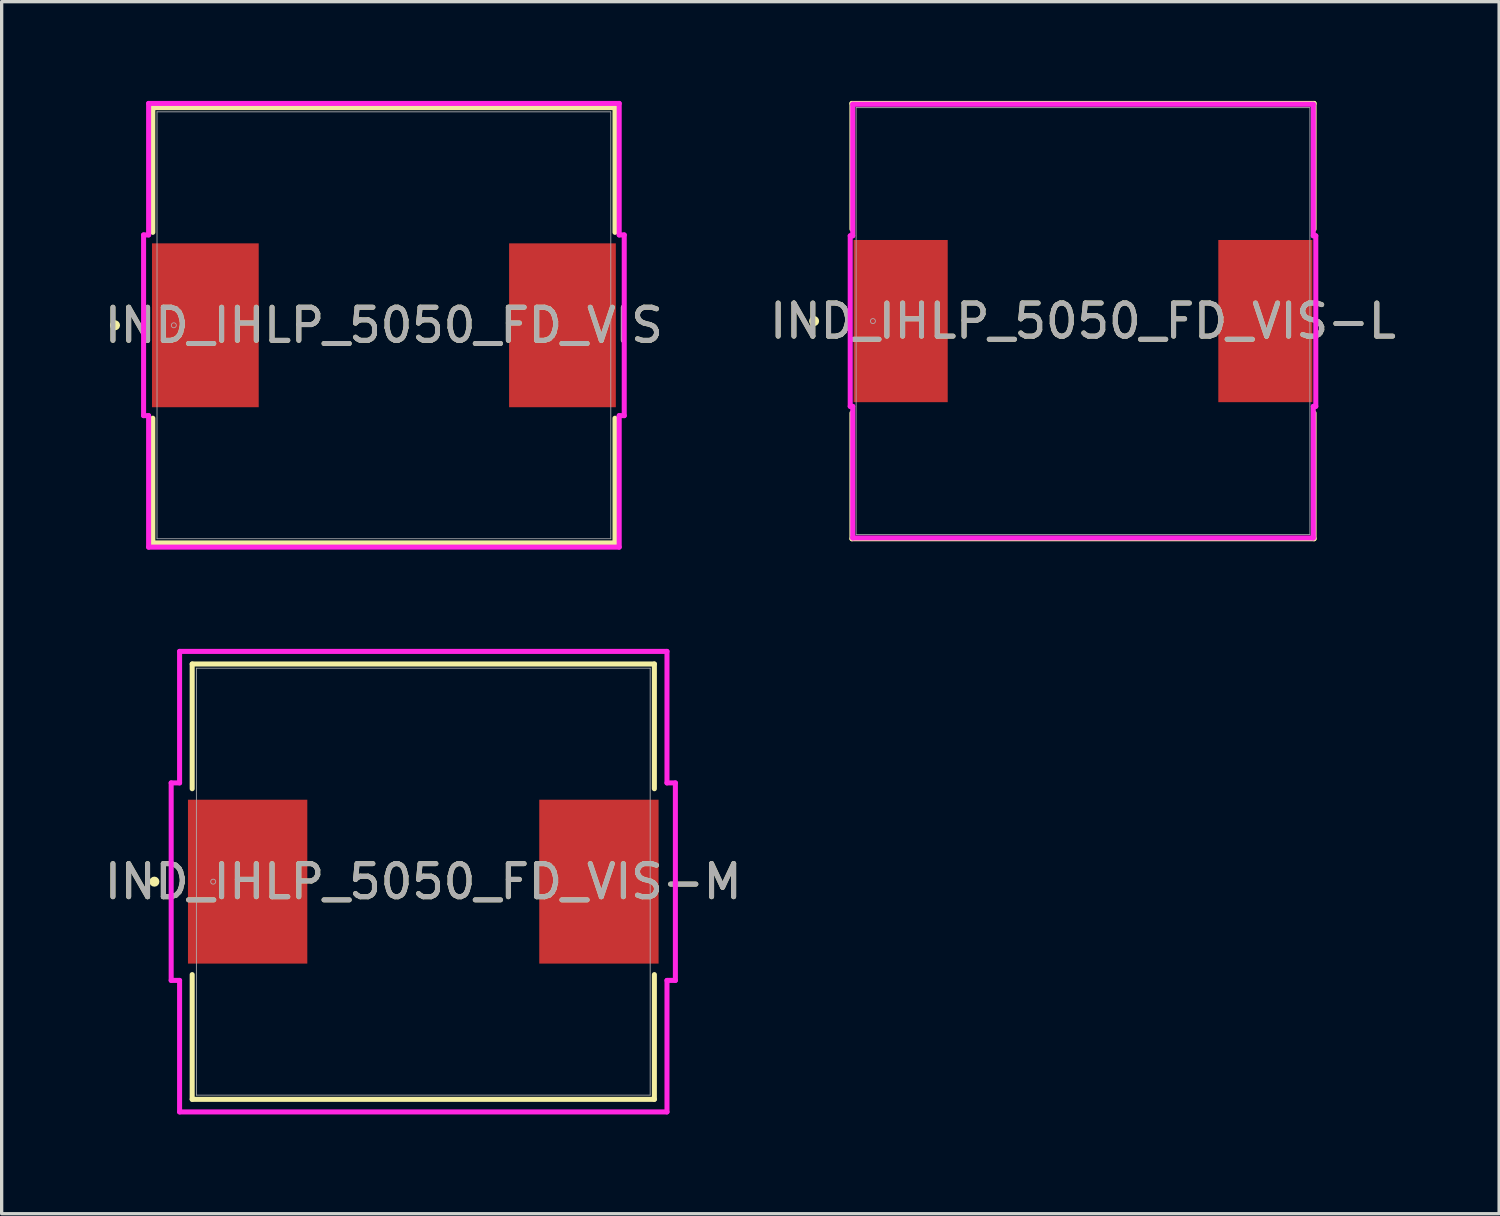
<source format=kicad_pcb>
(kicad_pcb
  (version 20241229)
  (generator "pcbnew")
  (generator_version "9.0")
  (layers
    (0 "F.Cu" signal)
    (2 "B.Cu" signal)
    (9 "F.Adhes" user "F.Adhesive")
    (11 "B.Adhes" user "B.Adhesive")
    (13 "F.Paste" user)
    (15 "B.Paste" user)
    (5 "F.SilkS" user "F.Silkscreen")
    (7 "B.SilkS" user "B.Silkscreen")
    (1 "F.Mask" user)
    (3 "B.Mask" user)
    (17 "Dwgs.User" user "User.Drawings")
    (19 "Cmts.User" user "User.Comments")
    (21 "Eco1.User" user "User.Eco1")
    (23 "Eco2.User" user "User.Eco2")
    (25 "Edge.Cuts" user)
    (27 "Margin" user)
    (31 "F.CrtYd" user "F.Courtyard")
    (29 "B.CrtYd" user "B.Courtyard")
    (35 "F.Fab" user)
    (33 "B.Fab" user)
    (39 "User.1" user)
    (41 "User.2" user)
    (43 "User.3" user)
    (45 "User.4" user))
  (footprint "IND_IHLP_5050_FD_VIS-M"
    (layer "F.Cu")
    (at 9.744 23.599)
    (property "Reference" "IND_IHLP_5050_FD_VIS-M" (at 0 0 0) (unlocked yes) (layer "F.SilkS") (effects (font (size 1 1) (thickness 0.15))))
    (attr smd)
    (fp_line (start -6.985 -6.579) (end -6.985 -2.809) (stroke (width 0.152) (type solid)) (layer "F.SilkS"))
    (fp_line (start -6.985 2.809) (end -6.985 6.579) (stroke (width 0.152) (type solid)) (layer "F.SilkS"))
    (fp_line (start -6.985 6.579) (end 6.985 6.579) (stroke (width 0.152) (type solid)) (layer "F.SilkS"))
    (fp_line (start 6.985 -6.579) (end -6.985 -6.579) (stroke (width 0.152) (type solid)) (layer "F.SilkS"))
    (fp_line (start 6.985 -2.809) (end 6.985 -6.579) (stroke (width 0.152) (type solid)) (layer "F.SilkS"))
    (fp_line (start 6.985 6.579) (end 6.985 2.809) (stroke (width 0.152) (type solid)) (layer "F.SilkS"))
    (fp_circle (center -8.128 0) (end -8.052 0) (stroke (width 0.152) (type solid)) (fill no) (layer "F.SilkS"))
    (fp_line (start -7.62 -2.985) (end -7.366 -2.985) (stroke (width 0.152) (type solid)) (layer "F.CrtYd"))
    (fp_line (start -7.62 2.985) (end -7.62 -2.985) (stroke (width 0.152) (type solid)) (layer "F.CrtYd"))
    (fp_line (start -7.366 -6.96) (end 7.366 -6.96) (stroke (width 0.152) (type solid)) (layer "F.CrtYd"))
    (fp_line (start -7.366 -2.985) (end -7.366 -6.96) (stroke (width 0.152) (type solid)) (layer "F.CrtYd"))
    (fp_line (start -7.366 2.985) (end -7.62 2.985) (stroke (width 0.152) (type solid)) (layer "F.CrtYd"))
    (fp_line (start -7.366 6.96) (end -7.366 2.985) (stroke (width 0.152) (type solid)) (layer "F.CrtYd"))
    (fp_line (start 7.366 -6.96) (end 7.366 -2.985) (stroke (width 0.152) (type solid)) (layer "F.CrtYd"))
    (fp_line (start 7.366 -2.985) (end 7.62 -2.985) (stroke (width 0.152) (type solid)) (layer "F.CrtYd"))
    (fp_line (start 7.366 2.985) (end 7.366 6.96) (stroke (width 0.152) (type solid)) (layer "F.CrtYd"))
    (fp_line (start 7.366 6.96) (end -7.366 6.96) (stroke (width 0.152) (type solid)) (layer "F.CrtYd"))
    (fp_line (start 7.62 -2.985) (end 7.62 2.985) (stroke (width 0.152) (type solid)) (layer "F.CrtYd"))
    (fp_line (start 7.62 2.985) (end 7.366 2.985) (stroke (width 0.152) (type solid)) (layer "F.CrtYd"))
    (fp_line (start -6.858 -6.452) (end -6.858 6.452) (stroke (width 0.025) (type solid)) (layer "F.Fab"))
    (fp_line (start -6.858 6.452) (end 6.858 6.452) (stroke (width 0.025) (type solid)) (layer "F.Fab"))
    (fp_line (start 6.858 -6.452) (end -6.858 -6.452) (stroke (width 0.025) (type solid)) (layer "F.Fab"))
    (fp_line (start 6.858 6.452) (end 6.858 -6.452) (stroke (width 0.025) (type solid)) (layer "F.Fab"))
    (fp_circle (center -6.35 0) (end -6.274 0) (stroke (width 0.025) (type solid)) (fill no) (layer "F.Fab"))
    (fp_text user "${REFERENCE}" (at 0 0 0) (unlocked yes) (layer "F.Fab") (effects (font (size 1 1) (thickness 0.15))))
    (pad "1" smd rect (at -5.309 0 90) (size 4.953 3.607) (layers "F.Cu" "F.Mask" "F.Paste"))
    (pad "2" smd rect (at 5.309 0 90) (size 4.953 3.607) (layers "F.Cu" "F.Mask" "F.Paste"))
    (zone (net_name "") (layer "F.Cu") (hatch full 0.508) (connect_pads) (min_thickness 0.254) (filled_areas_thickness no) (keepout (tracks not_allowed) (vias not_allowed) (pads allowed) (copperpour not_allowed) (footprints allowed)) (placement (enabled no)) (fill) (polygon (pts (xy 2.937 17.199) (xy 16.551 17.199) (xy 16.551 21.072) (xy 2.937 21.072))))
    (zone (net_name "") (layer "F.Cu") (hatch full 0.508) (connect_pads) (min_thickness 0.254) (filled_areas_thickness no) (keepout (tracks not_allowed) (vias not_allowed) (pads allowed) (copperpour not_allowed) (footprints allowed)) (placement (enabled no)) (fill) (polygon (pts (xy 2.937 26.127) (xy 16.551 26.127) (xy 16.551 30) (xy 2.937 30))))
    (zone (net_name "") (layer "F.Cu") (hatch full 0.508) (connect_pads) (min_thickness 0.254) (filled_areas_thickness no) (keepout (tracks not_allowed) (vias not_allowed) (pads allowed) (copperpour not_allowed) (footprints allowed)) (placement (enabled no)) (fill) (polygon (pts (xy 6.29 21.072) (xy 13.198 21.072) (xy 13.198 26.127) (xy 6.29 26.127)))))
  (footprint "IND_IHLP_5050_FD_VIS-L"
    (layer "F.Cu")
    (at 29.685 6.655)
    (property "Reference" "IND_IHLP_5050_FD_VIS-L" (at 0 0 0) (unlocked yes) (layer "F.SilkS") (effects (font (size 1 1) (thickness 0.15))))
    (attr smd)
    (fp_line (start -6.985 -6.579) (end -6.985 -2.78) (stroke (width 0.152) (type solid)) (layer "F.SilkS"))
    (fp_line (start -6.985 2.78) (end -6.985 6.579) (stroke (width 0.152) (type solid)) (layer "F.SilkS"))
    (fp_line (start -6.985 6.579) (end 6.985 6.579) (stroke (width 0.152) (type solid)) (layer "F.SilkS"))
    (fp_line (start 6.985 -6.579) (end -6.985 -6.579) (stroke (width 0.152) (type solid)) (layer "F.SilkS"))
    (fp_line (start 6.985 -2.78) (end 6.985 -6.579) (stroke (width 0.152) (type solid)) (layer "F.SilkS"))
    (fp_line (start 6.985 6.579) (end 6.985 2.78) (stroke (width 0.152) (type solid)) (layer "F.SilkS"))
    (fp_circle (center -8.128 0) (end -8.052 0) (stroke (width 0.152) (type solid)) (fill no) (layer "F.SilkS"))
    (fp_line (start -7.036 -2.578) (end -6.96 -2.578) (stroke (width 0.152) (type solid)) (layer "F.CrtYd"))
    (fp_line (start -7.036 2.578) (end -7.036 -2.578) (stroke (width 0.152) (type solid)) (layer "F.CrtYd"))
    (fp_line (start -6.96 -6.553) (end 6.96 -6.553) (stroke (width 0.152) (type solid)) (layer "F.CrtYd"))
    (fp_line (start -6.96 -2.578) (end -6.96 -6.553) (stroke (width 0.152) (type solid)) (layer "F.CrtYd"))
    (fp_line (start -6.96 2.578) (end -7.036 2.578) (stroke (width 0.152) (type solid)) (layer "F.CrtYd"))
    (fp_line (start -6.96 6.553) (end -6.96 2.578) (stroke (width 0.152) (type solid)) (layer "F.CrtYd"))
    (fp_line (start 6.96 -6.553) (end 6.96 -2.578) (stroke (width 0.152) (type solid)) (layer "F.CrtYd"))
    (fp_line (start 6.96 -2.578) (end 7.036 -2.578) (stroke (width 0.152) (type solid)) (layer "F.CrtYd"))
    (fp_line (start 6.96 2.578) (end 6.96 6.553) (stroke (width 0.152) (type solid)) (layer "F.CrtYd"))
    (fp_line (start 6.96 6.553) (end -6.96 6.553) (stroke (width 0.152) (type solid)) (layer "F.CrtYd"))
    (fp_line (start 7.036 -2.578) (end 7.036 2.578) (stroke (width 0.152) (type solid)) (layer "F.CrtYd"))
    (fp_line (start 7.036 2.578) (end 6.96 2.578) (stroke (width 0.152) (type solid)) (layer "F.CrtYd"))
    (fp_line (start -6.858 -6.452) (end -6.858 6.452) (stroke (width 0.025) (type solid)) (layer "F.Fab"))
    (fp_line (start -6.858 6.452) (end 6.858 6.452) (stroke (width 0.025) (type solid)) (layer "F.Fab"))
    (fp_line (start 6.858 -6.452) (end -6.858 -6.452) (stroke (width 0.025) (type solid)) (layer "F.Fab"))
    (fp_line (start 6.858 6.452) (end 6.858 -6.452) (stroke (width 0.025) (type solid)) (layer "F.Fab"))
    (fp_circle (center -6.35 0) (end -6.274 0) (stroke (width 0.025) (type solid)) (fill no) (layer "F.Fab"))
    (fp_text user "${REFERENCE}" (at 0 0 0) (unlocked yes) (layer "F.Fab") (effects (font (size 1 1) (thickness 0.15))))
    (pad "1" smd rect (at -5.512 0 90) (size 4.902 2.845) (layers "F.Cu" "F.Mask" "F.Paste"))
    (pad "2" smd rect (at 5.512 0 90) (size 4.902 2.845) (layers "F.Cu" "F.Mask" "F.Paste"))
    (zone (net_name "") (layer "F.Cu") (hatch full 0.508) (connect_pads) (min_thickness 0.254) (filled_areas_thickness no) (keepout (tracks not_allowed) (vias not_allowed) (pads allowed) (copperpour not_allowed) (footprints allowed)) (placement (enabled no)) (fill) (polygon (pts (xy 22.877 0.254) (xy 36.492 0.254) (xy 36.492 4.128) (xy 22.877 4.128))))
    (zone (net_name "") (layer "F.Cu") (hatch full 0.508) (connect_pads) (min_thickness 0.254) (filled_areas_thickness no) (keepout (tracks not_allowed) (vias not_allowed) (pads allowed) (copperpour not_allowed) (footprints allowed)) (placement (enabled no)) (fill) (polygon (pts (xy 22.877 9.182) (xy 36.492 9.182) (xy 36.492 13.056) (xy 22.877 13.056))))
    (zone (net_name "") (layer "F.Cu") (hatch full 0.508) (connect_pads) (min_thickness 0.254) (filled_areas_thickness no) (keepout (tracks not_allowed) (vias not_allowed) (pads allowed) (copperpour not_allowed) (footprints allowed)) (placement (enabled no)) (fill) (polygon (pts (xy 25.646 4.128) (xy 33.723 4.128) (xy 33.723 9.182) (xy 25.646 9.182)))))
  (footprint "IND_IHLP_5050_FD_VIS"
    (layer "F.Cu")
    (at 8.554 6.782)
    (property "Reference" "IND_IHLP_5050_FD_VIS" (at 0 0 0) (unlocked yes) (layer "F.SilkS") (effects (font (size 1 1) (thickness 0.15))))
    (attr smd)
    (fp_line (start -6.985 -6.579) (end -6.985 -2.809) (stroke (width 0.152) (type solid)) (layer "F.SilkS"))
    (fp_line (start -6.985 2.809) (end -6.985 6.579) (stroke (width 0.152) (type solid)) (layer "F.SilkS"))
    (fp_line (start -6.985 6.579) (end 6.985 6.579) (stroke (width 0.152) (type solid)) (layer "F.SilkS"))
    (fp_line (start 6.985 -6.579) (end -6.985 -6.579) (stroke (width 0.152) (type solid)) (layer "F.SilkS"))
    (fp_line (start 6.985 -2.809) (end 6.985 -6.579) (stroke (width 0.152) (type solid)) (layer "F.SilkS"))
    (fp_line (start 6.985 6.579) (end 6.985 2.809) (stroke (width 0.152) (type solid)) (layer "F.SilkS"))
    (fp_circle (center -8.128 0) (end -8.052 0) (stroke (width 0.152) (type solid)) (fill no) (layer "F.SilkS"))
    (fp_line (start -7.264 -2.731) (end -7.112 -2.731) (stroke (width 0.152) (type solid)) (layer "F.CrtYd"))
    (fp_line (start -7.264 2.731) (end -7.264 -2.731) (stroke (width 0.152) (type solid)) (layer "F.CrtYd"))
    (fp_line (start -7.112 -6.706) (end 7.112 -6.706) (stroke (width 0.152) (type solid)) (layer "F.CrtYd"))
    (fp_line (start -7.112 -2.731) (end -7.112 -6.706) (stroke (width 0.152) (type solid)) (layer "F.CrtYd"))
    (fp_line (start -7.112 2.731) (end -7.264 2.731) (stroke (width 0.152) (type solid)) (layer "F.CrtYd"))
    (fp_line (start -7.112 6.706) (end -7.112 2.731) (stroke (width 0.152) (type solid)) (layer "F.CrtYd"))
    (fp_line (start 7.112 -6.706) (end 7.112 -2.731) (stroke (width 0.152) (type solid)) (layer "F.CrtYd"))
    (fp_line (start 7.112 -2.731) (end 7.264 -2.731) (stroke (width 0.152) (type solid)) (layer "F.CrtYd"))
    (fp_line (start 7.112 2.731) (end 7.112 6.706) (stroke (width 0.152) (type solid)) (layer "F.CrtYd"))
    (fp_line (start 7.112 6.706) (end -7.112 6.706) (stroke (width 0.152) (type solid)) (layer "F.CrtYd"))
    (fp_line (start 7.264 -2.731) (end 7.264 2.731) (stroke (width 0.152) (type solid)) (layer "F.CrtYd"))
    (fp_line (start 7.264 2.731) (end 7.112 2.731) (stroke (width 0.152) (type solid)) (layer "F.CrtYd"))
    (fp_line (start -6.858 -6.452) (end -6.858 6.452) (stroke (width 0.025) (type solid)) (layer "F.Fab"))
    (fp_line (start -6.858 6.452) (end 6.858 6.452) (stroke (width 0.025) (type solid)) (layer "F.Fab"))
    (fp_line (start 6.858 -6.452) (end -6.858 -6.452) (stroke (width 0.025) (type solid)) (layer "F.Fab"))
    (fp_line (start 6.858 6.452) (end 6.858 -6.452) (stroke (width 0.025) (type solid)) (layer "F.Fab"))
    (fp_circle (center -6.35 0) (end -6.274 0) (stroke (width 0.025) (type solid)) (fill no) (layer "F.Fab"))
    (fp_text user "${REFERENCE}" (at 0 0 0) (unlocked yes) (layer "F.Fab") (effects (font (size 1 1) (thickness 0.15))))
    (pad "1" smd rect (at -5.397 0 90) (size 4.953 3.226) (layers "F.Cu" "F.Mask" "F.Paste"))
    (pad "2" smd rect (at 5.397 0 90) (size 4.953 3.226) (layers "F.Cu" "F.Mask" "F.Paste"))
    (zone (net_name "") (layer "F.Cu") (hatch full 0.508) (connect_pads) (min_thickness 0.254) (filled_areas_thickness no) (keepout (tracks not_allowed) (vias not_allowed) (pads allowed) (copperpour not_allowed) (footprints allowed)) (placement (enabled no)) (fill) (polygon (pts (xy 1.746 0.381) (xy 15.361 0.381) (xy 15.361 4.255) (xy 1.746 4.255))))
    (zone (net_name "") (layer "F.Cu") (hatch full 0.508) (connect_pads) (min_thickness 0.254) (filled_areas_thickness no) (keepout (tracks not_allowed) (vias not_allowed) (pads allowed) (copperpour not_allowed) (footprints allowed)) (placement (enabled no)) (fill) (polygon (pts (xy 1.746 9.309) (xy 15.361 9.309) (xy 15.361 13.183) (xy 1.746 13.183))))
    (zone (net_name "") (layer "F.Cu") (hatch full 0.508) (connect_pads) (min_thickness 0.254) (filled_areas_thickness no) (keepout (tracks not_allowed) (vias not_allowed) (pads allowed) (copperpour not_allowed) (footprints allowed)) (placement (enabled no)) (fill) (polygon (pts (xy 4.82 4.255) (xy 12.287 4.255) (xy 12.287 9.309) (xy 4.82 9.309)))))
  (gr_rect
    (start -3 -3)
    (end 42.262 33.635)
    (stroke (width 0.1) (type default))
    (fill no)
    (layer "Edge.Cuts")))
</source>
